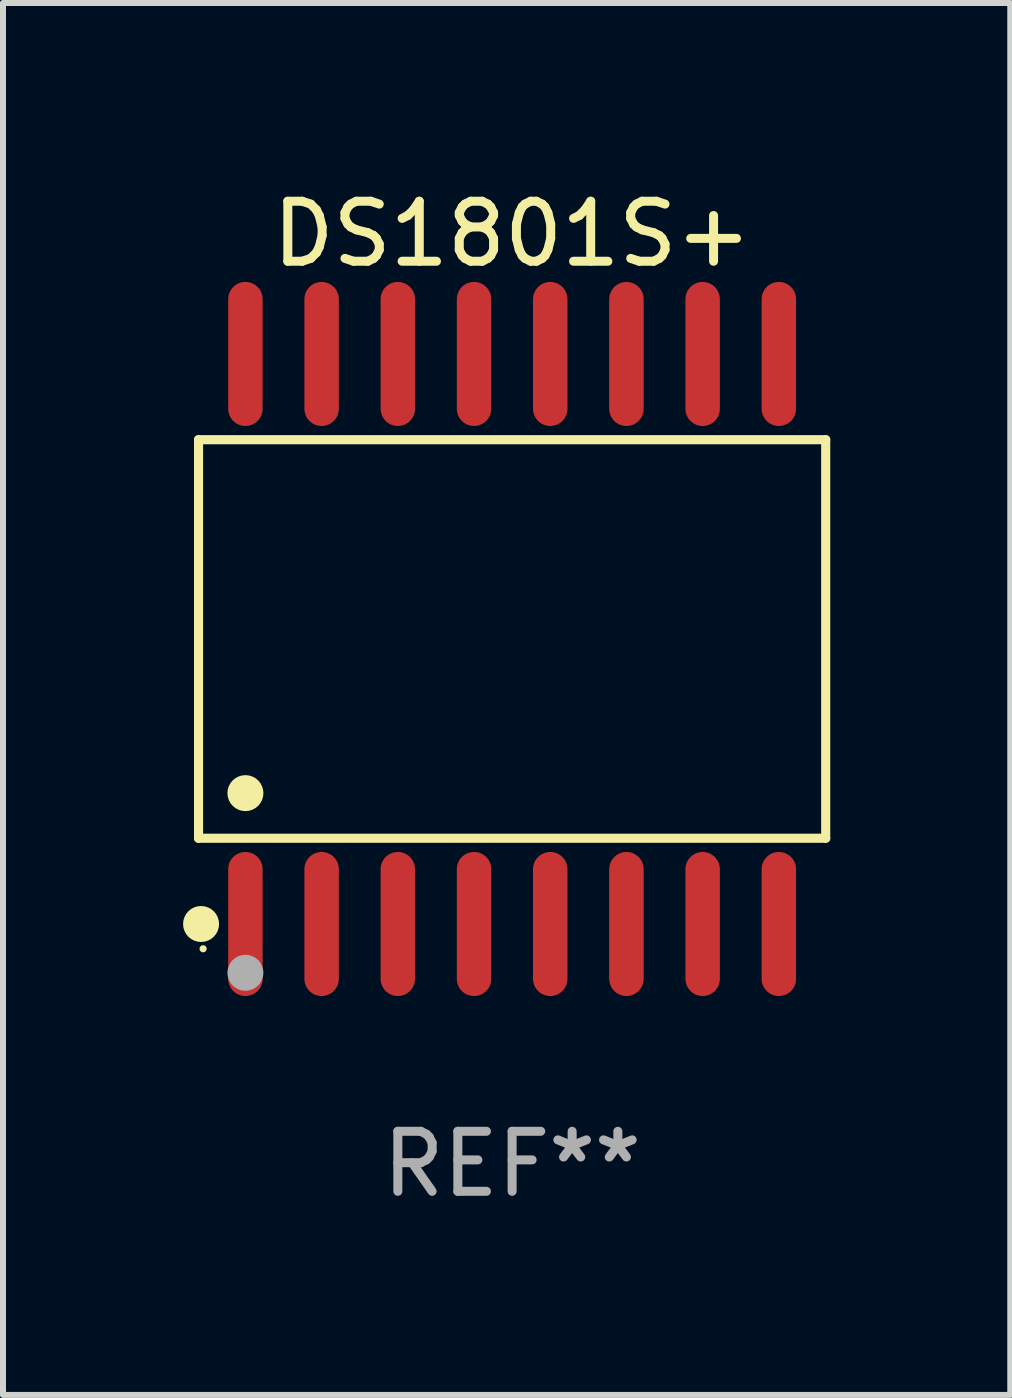
<source format=kicad_pcb>
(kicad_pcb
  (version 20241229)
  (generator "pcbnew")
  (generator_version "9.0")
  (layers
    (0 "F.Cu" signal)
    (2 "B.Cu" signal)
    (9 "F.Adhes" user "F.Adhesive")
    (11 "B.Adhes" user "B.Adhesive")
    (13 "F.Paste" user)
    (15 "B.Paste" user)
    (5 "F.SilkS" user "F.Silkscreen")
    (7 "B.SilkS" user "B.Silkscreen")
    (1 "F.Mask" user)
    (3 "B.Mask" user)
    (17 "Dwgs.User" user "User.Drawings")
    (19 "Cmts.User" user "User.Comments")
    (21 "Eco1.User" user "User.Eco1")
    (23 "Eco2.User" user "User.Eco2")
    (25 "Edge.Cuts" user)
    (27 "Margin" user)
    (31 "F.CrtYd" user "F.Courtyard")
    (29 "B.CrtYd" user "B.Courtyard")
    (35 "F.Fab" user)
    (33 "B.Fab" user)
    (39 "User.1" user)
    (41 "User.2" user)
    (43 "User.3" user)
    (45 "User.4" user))
  (footprint "DS1801S+"
    (layer "F.Cu")
    (at 5.485 7.599)
    (property "Reference" "DS1801S+" (at 0 -6.75 0) (layer "F.SilkS") (effects (font (size 1 1) (thickness 0.15))))
    (attr through_hole)
    (fp_line (start -5.226 -3.321) (end 5.226 -3.321) (stroke (width 0.152) (type solid)) (layer "F.SilkS"))
    (fp_line (start -5.226 3.321) (end -5.226 -3.321) (stroke (width 0.152) (type solid)) (layer "F.SilkS"))
    (fp_line (start 5.226 -3.321) (end 5.226 3.321) (stroke (width 0.152) (type solid)) (layer "F.SilkS"))
    (fp_line (start 5.226 3.321) (end -5.226 3.321) (stroke (width 0.152) (type solid)) (layer "F.SilkS"))
    (fp_circle (center -5.184 4.75) (end -5.034 4.75) (stroke (width 0.3) (type solid)) (fill no) (layer "F.SilkS"))
    (fp_circle (center -5.15 5.163) (end -5.12 5.163) (stroke (width 0.06) (type solid)) (fill no) (layer "F.SilkS"))
    (fp_circle (center -4.445 2.569) (end -4.295 2.569) (stroke (width 0.3) (type solid)) (fill no) (layer "F.SilkS"))
    (fp_circle (center -4.445 5.563) (end -4.295 5.563) (stroke (width 0.3) (type solid)) (fill no) (layer "F.Fab"))
    (fp_text user "REF**" (at 0 8.75 0) (layer "F.Fab") (effects (font (size 1 1) (thickness 0.15))))
    (pad "1" smd oval (at -4.445 4.75) (size 0.574 2.401) (layers "F.Cu" "F.Mask" "F.Paste"))
    (pad "2" smd oval (at -3.175 4.75) (size 0.574 2.401) (layers "F.Cu" "F.Mask" "F.Paste"))
    (pad "3" smd oval (at -1.905 4.75) (size 0.574 2.401) (layers "F.Cu" "F.Mask" "F.Paste"))
    (pad "4" smd oval (at -0.635 4.75) (size 0.574 2.401) (layers "F.Cu" "F.Mask" "F.Paste"))
    (pad "5" smd oval (at 0.635 4.75) (size 0.574 2.401) (layers "F.Cu" "F.Mask" "F.Paste"))
    (pad "6" smd oval (at 1.905 4.75) (size 0.574 2.401) (layers "F.Cu" "F.Mask" "F.Paste"))
    (pad "7" smd oval (at 3.175 4.75) (size 0.574 2.401) (layers "F.Cu" "F.Mask" "F.Paste"))
    (pad "8" smd oval (at 4.445 4.75) (size 0.574 2.401) (layers "F.Cu" "F.Mask" "F.Paste"))
    (pad "9" smd oval (at 4.445 -4.75) (size 0.574 2.401) (layers "F.Cu" "F.Mask" "F.Paste"))
    (pad "10" smd oval (at 3.175 -4.75) (size 0.574 2.401) (layers "F.Cu" "F.Mask" "F.Paste"))
    (pad "11" smd oval (at 1.905 -4.75) (size 0.574 2.401) (layers "F.Cu" "F.Mask" "F.Paste"))
    (pad "12" smd oval (at 0.635 -4.75) (size 0.574 2.401) (layers "F.Cu" "F.Mask" "F.Paste"))
    (pad "13" smd oval (at -0.635 -4.75) (size 0.574 2.401) (layers "F.Cu" "F.Mask" "F.Paste"))
    (pad "14" smd oval (at -1.905 -4.75) (size 0.574 2.401) (layers "F.Cu" "F.Mask" "F.Paste"))
    (pad "15" smd oval (at -3.175 -4.75) (size 0.574 2.401) (layers "F.Cu" "F.Mask" "F.Paste"))
    (pad "16" smd oval (at -4.445 -4.75) (size 0.574 2.401) (layers "F.Cu" "F.Mask" "F.Paste")))
  (gr_rect
    (start -3 -3)
    (end 13.787 20.197)
    (stroke (width 0.1) (type default))
    (fill no)
    (layer "Edge.Cuts")))
</source>
